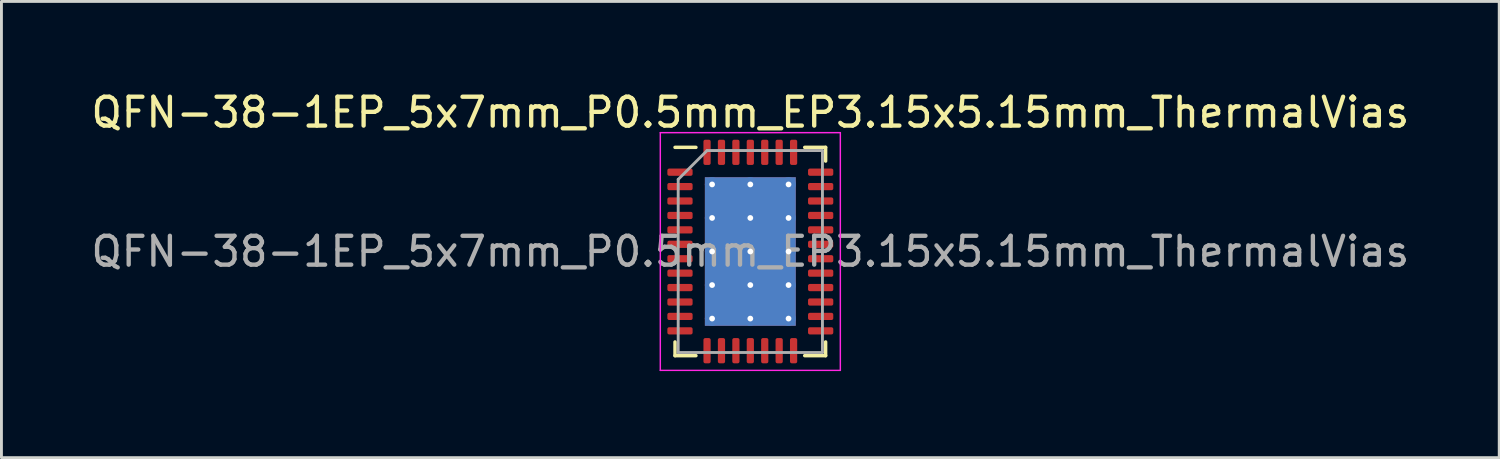
<source format=kicad_pcb>
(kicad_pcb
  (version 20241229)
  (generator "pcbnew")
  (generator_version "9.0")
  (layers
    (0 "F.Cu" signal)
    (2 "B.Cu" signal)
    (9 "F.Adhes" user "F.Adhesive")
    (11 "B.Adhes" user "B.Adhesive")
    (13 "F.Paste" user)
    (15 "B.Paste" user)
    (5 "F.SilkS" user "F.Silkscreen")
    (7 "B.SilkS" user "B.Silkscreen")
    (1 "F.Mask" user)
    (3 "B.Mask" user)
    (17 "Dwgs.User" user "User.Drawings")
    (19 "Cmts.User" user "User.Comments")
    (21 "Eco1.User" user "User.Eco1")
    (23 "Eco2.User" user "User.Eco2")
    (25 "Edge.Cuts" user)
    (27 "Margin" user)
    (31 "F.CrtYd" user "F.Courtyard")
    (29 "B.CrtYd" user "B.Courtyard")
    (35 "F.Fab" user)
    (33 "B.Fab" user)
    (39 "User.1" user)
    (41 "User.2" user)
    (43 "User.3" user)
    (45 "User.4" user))
  (footprint "QFN-38-1EP_5x7mm_P0.5mm_EP3.15x5.15mm_ThermalVias"
    (layer "F.Cu")
    (at 22.958 5.668)
    (property "Reference" "QFN-38-1EP_5x7mm_P0.5mm_EP3.15x5.15mm_ThermalVias" (at 0 -4.82 0) (layer "F.SilkS") (effects (font (size 1 1) (thickness 0.15))))
    (attr smd)
    (fp_line (start -2.61 3.61) (end -2.61 3.135) (stroke (width 0.12) (type solid)) (layer "F.SilkS"))
    (fp_line (start -1.885 -3.61) (end -2.61 -3.61) (stroke (width 0.12) (type solid)) (layer "F.SilkS"))
    (fp_line (start -1.885 3.61) (end -2.61 3.61) (stroke (width 0.12) (type solid)) (layer "F.SilkS"))
    (fp_line (start 1.885 -3.61) (end 2.61 -3.61) (stroke (width 0.12) (type solid)) (layer "F.SilkS"))
    (fp_line (start 1.885 3.61) (end 2.61 3.61) (stroke (width 0.12) (type solid)) (layer "F.SilkS"))
    (fp_line (start 2.61 -3.61) (end 2.61 -3.135) (stroke (width 0.12) (type solid)) (layer "F.SilkS"))
    (fp_line (start 2.61 3.61) (end 2.61 3.135) (stroke (width 0.12) (type solid)) (layer "F.SilkS"))
    (fp_line (start -3.12 -4.12) (end -3.12 4.12) (stroke (width 0.05) (type solid)) (layer "F.CrtYd"))
    (fp_line (start -3.12 4.12) (end 3.12 4.12) (stroke (width 0.05) (type solid)) (layer "F.CrtYd"))
    (fp_line (start 3.12 -4.12) (end -3.12 -4.12) (stroke (width 0.05) (type solid)) (layer "F.CrtYd"))
    (fp_line (start 3.12 4.12) (end 3.12 -4.12) (stroke (width 0.05) (type solid)) (layer "F.CrtYd"))
    (fp_line (start -2.5 -2.5) (end -1.5 -3.5) (stroke (width 0.1) (type solid)) (layer "F.Fab"))
    (fp_line (start -2.5 3.5) (end -2.5 -2.5) (stroke (width 0.1) (type solid)) (layer "F.Fab"))
    (fp_line (start -1.5 -3.5) (end 2.5 -3.5) (stroke (width 0.1) (type solid)) (layer "F.Fab"))
    (fp_line (start 2.5 -3.5) (end 2.5 3.5) (stroke (width 0.1) (type solid)) (layer "F.Fab"))
    (fp_line (start 2.5 3.5) (end -2.5 3.5) (stroke (width 0.1) (type solid)) (layer "F.Fab"))
    (fp_text user "${REFERENCE}" (at 0 0 0) (layer "F.Fab") (effects (font (size 1 1) (thickness 0.15))))
    (pad "" smd roundrect (at -0.79 -1.935) (size 1.36 1.12) (layers "F.Paste") (roundrect_rratio 0.223))
    (pad "" smd roundrect (at -0.79 -0.645) (size 1.36 1.12) (layers "F.Paste") (roundrect_rratio 0.223))
    (pad "" smd roundrect (at -0.79 0.645) (size 1.36 1.12) (layers "F.Paste") (roundrect_rratio 0.223))
    (pad "" smd roundrect (at -0.79 1.935) (size 1.36 1.12) (layers "F.Paste") (roundrect_rratio 0.223))
    (pad "" smd roundrect (at 0.79 -1.935) (size 1.36 1.12) (layers "F.Paste") (roundrect_rratio 0.223))
    (pad "" smd roundrect (at 0.79 -0.645) (size 1.36 1.12) (layers "F.Paste") (roundrect_rratio 0.223))
    (pad "" smd roundrect (at 0.79 0.645) (size 1.36 1.12) (layers "F.Paste") (roundrect_rratio 0.223))
    (pad "" smd roundrect (at 0.79 1.935) (size 1.36 1.12) (layers "F.Paste") (roundrect_rratio 0.223))
    (pad "1" smd roundrect (at -2.438 -2.75) (size 0.875 0.25) (layers "F.Cu" "F.Mask" "F.Paste") (roundrect_rratio 0.25))
    (pad "2" smd roundrect (at -2.438 -2.25) (size 0.875 0.25) (layers "F.Cu" "F.Mask" "F.Paste") (roundrect_rratio 0.25))
    (pad "3" smd roundrect (at -2.438 -1.75) (size 0.875 0.25) (layers "F.Cu" "F.Mask" "F.Paste") (roundrect_rratio 0.25))
    (pad "4" smd roundrect (at -2.438 -1.25) (size 0.875 0.25) (layers "F.Cu" "F.Mask" "F.Paste") (roundrect_rratio 0.25))
    (pad "5" smd roundrect (at -2.438 -0.75) (size 0.875 0.25) (layers "F.Cu" "F.Mask" "F.Paste") (roundrect_rratio 0.25))
    (pad "6" smd roundrect (at -2.438 -0.25) (size 0.875 0.25) (layers "F.Cu" "F.Mask" "F.Paste") (roundrect_rratio 0.25))
    (pad "7" smd roundrect (at -2.438 0.25) (size 0.875 0.25) (layers "F.Cu" "F.Mask" "F.Paste") (roundrect_rratio 0.25))
    (pad "8" smd roundrect (at -2.438 0.75) (size 0.875 0.25) (layers "F.Cu" "F.Mask" "F.Paste") (roundrect_rratio 0.25))
    (pad "9" smd roundrect (at -2.438 1.25) (size 0.875 0.25) (layers "F.Cu" "F.Mask" "F.Paste") (roundrect_rratio 0.25))
    (pad "10" smd roundrect (at -2.438 1.75) (size 0.875 0.25) (layers "F.Cu" "F.Mask" "F.Paste") (roundrect_rratio 0.25))
    (pad "11" smd roundrect (at -2.438 2.25) (size 0.875 0.25) (layers "F.Cu" "F.Mask" "F.Paste") (roundrect_rratio 0.25))
    (pad "12" smd roundrect (at -2.438 2.75) (size 0.875 0.25) (layers "F.Cu" "F.Mask" "F.Paste") (roundrect_rratio 0.25))
    (pad "13" smd roundrect (at -1.5 3.438) (size 0.25 0.875) (layers "F.Cu" "F.Mask" "F.Paste") (roundrect_rratio 0.25))
    (pad "14" smd roundrect (at -1 3.438) (size 0.25 0.875) (layers "F.Cu" "F.Mask" "F.Paste") (roundrect_rratio 0.25))
    (pad "15" smd roundrect (at -0.5 3.438) (size 0.25 0.875) (layers "F.Cu" "F.Mask" "F.Paste") (roundrect_rratio 0.25))
    (pad "16" smd roundrect (at 0 3.438) (size 0.25 0.875) (layers "F.Cu" "F.Mask" "F.Paste") (roundrect_rratio 0.25))
    (pad "17" smd roundrect (at 0.5 3.438) (size 0.25 0.875) (layers "F.Cu" "F.Mask" "F.Paste") (roundrect_rratio 0.25))
    (pad "18" smd roundrect (at 1 3.438) (size 0.25 0.875) (layers "F.Cu" "F.Mask" "F.Paste") (roundrect_rratio 0.25))
    (pad "19" smd roundrect (at 1.5 3.438) (size 0.25 0.875) (layers "F.Cu" "F.Mask" "F.Paste") (roundrect_rratio 0.25))
    (pad "20" smd roundrect (at 2.438 2.75) (size 0.875 0.25) (layers "F.Cu" "F.Mask" "F.Paste") (roundrect_rratio 0.25))
    (pad "21" smd roundrect (at 2.438 2.25) (size 0.875 0.25) (layers "F.Cu" "F.Mask" "F.Paste") (roundrect_rratio 0.25))
    (pad "22" smd roundrect (at 2.438 1.75) (size 0.875 0.25) (layers "F.Cu" "F.Mask" "F.Paste") (roundrect_rratio 0.25))
    (pad "23" smd roundrect (at 2.438 1.25) (size 0.875 0.25) (layers "F.Cu" "F.Mask" "F.Paste") (roundrect_rratio 0.25))
    (pad "24" smd roundrect (at 2.438 0.75) (size 0.875 0.25) (layers "F.Cu" "F.Mask" "F.Paste") (roundrect_rratio 0.25))
    (pad "25" smd roundrect (at 2.438 0.25) (size 0.875 0.25) (layers "F.Cu" "F.Mask" "F.Paste") (roundrect_rratio 0.25))
    (pad "26" smd roundrect (at 2.438 -0.25) (size 0.875 0.25) (layers "F.Cu" "F.Mask" "F.Paste") (roundrect_rratio 0.25))
    (pad "27" smd roundrect (at 2.438 -0.75) (size 0.875 0.25) (layers "F.Cu" "F.Mask" "F.Paste") (roundrect_rratio 0.25))
    (pad "28" smd roundrect (at 2.438 -1.25) (size 0.875 0.25) (layers "F.Cu" "F.Mask" "F.Paste") (roundrect_rratio 0.25))
    (pad "29" smd roundrect (at 2.438 -1.75) (size 0.875 0.25) (layers "F.Cu" "F.Mask" "F.Paste") (roundrect_rratio 0.25))
    (pad "30" smd roundrect (at 2.438 -2.25) (size 0.875 0.25) (layers "F.Cu" "F.Mask" "F.Paste") (roundrect_rratio 0.25))
    (pad "31" smd roundrect (at 2.438 -2.75) (size 0.875 0.25) (layers "F.Cu" "F.Mask" "F.Paste") (roundrect_rratio 0.25))
    (pad "32" smd roundrect (at 1.5 -3.438) (size 0.25 0.875) (layers "F.Cu" "F.Mask" "F.Paste") (roundrect_rratio 0.25))
    (pad "33" smd roundrect (at 1 -3.438) (size 0.25 0.875) (layers "F.Cu" "F.Mask" "F.Paste") (roundrect_rratio 0.25))
    (pad "34" smd roundrect (at 0.5 -3.438) (size 0.25 0.875) (layers "F.Cu" "F.Mask" "F.Paste") (roundrect_rratio 0.25))
    (pad "35" smd roundrect (at 0 -3.438) (size 0.25 0.875) (layers "F.Cu" "F.Mask" "F.Paste") (roundrect_rratio 0.25))
    (pad "36" smd roundrect (at -0.5 -3.438) (size 0.25 0.875) (layers "F.Cu" "F.Mask" "F.Paste") (roundrect_rratio 0.25))
    (pad "37" smd roundrect (at -1 -3.438) (size 0.25 0.875) (layers "F.Cu" "F.Mask" "F.Paste") (roundrect_rratio 0.25))
    (pad "38" smd roundrect (at -1.5 -3.438) (size 0.25 0.875) (layers "F.Cu" "F.Mask" "F.Paste") (roundrect_rratio 0.25))
    (pad "39" thru_hole circle (at -1.325 -2.325) (size 0.5 0.5) (drill 0.2) (layers "*.Cu"))
    (pad "39" thru_hole circle (at -1.325 -1.163) (size 0.5 0.5) (drill 0.2) (layers "*.Cu"))
    (pad "39" thru_hole circle (at -1.325 0) (size 0.5 0.5) (drill 0.2) (layers "*.Cu"))
    (pad "39" thru_hole circle (at -1.325 1.163) (size 0.5 0.5) (drill 0.2) (layers "*.Cu"))
    (pad "39" thru_hole circle (at -1.325 2.325) (size 0.5 0.5) (drill 0.2) (layers "*.Cu"))
    (pad "39" thru_hole circle (at 0 -2.325) (size 0.5 0.5) (drill 0.2) (layers "*.Cu"))
    (pad "39" thru_hole circle (at 0 -1.163) (size 0.5 0.5) (drill 0.2) (layers "*.Cu"))
    (pad "39" thru_hole circle (at 0 0) (size 0.5 0.5) (drill 0.2) (layers "*.Cu"))
    (pad "39" smd rect (at 0 0) (size 3.15 5.15) (layers "F.Cu" "F.Mask"))
    (pad "39" smd rect (at 0 0) (size 3.15 5.15) (layers "B.Cu"))
    (pad "39" thru_hole circle (at 0 1.163) (size 0.5 0.5) (drill 0.2) (layers "*.Cu"))
    (pad "39" thru_hole circle (at 0 2.325) (size 0.5 0.5) (drill 0.2) (layers "*.Cu"))
    (pad "39" thru_hole circle (at 1.325 -2.325) (size 0.5 0.5) (drill 0.2) (layers "*.Cu"))
    (pad "39" thru_hole circle (at 1.325 -1.163) (size 0.5 0.5) (drill 0.2) (layers "*.Cu"))
    (pad "39" thru_hole circle (at 1.325 0) (size 0.5 0.5) (drill 0.2) (layers "*.Cu"))
    (pad "39" thru_hole circle (at 1.325 1.163) (size 0.5 0.5) (drill 0.2) (layers "*.Cu"))
    (pad "39" thru_hole circle (at 1.325 2.325) (size 0.5 0.5) (drill 0.2) (layers "*.Cu")))
  (gr_rect
    (start -3 -3)
    (end 48.917 12.813)
    (stroke (width 0.1) (type default))
    (fill no)
    (layer "Edge.Cuts")))
</source>
